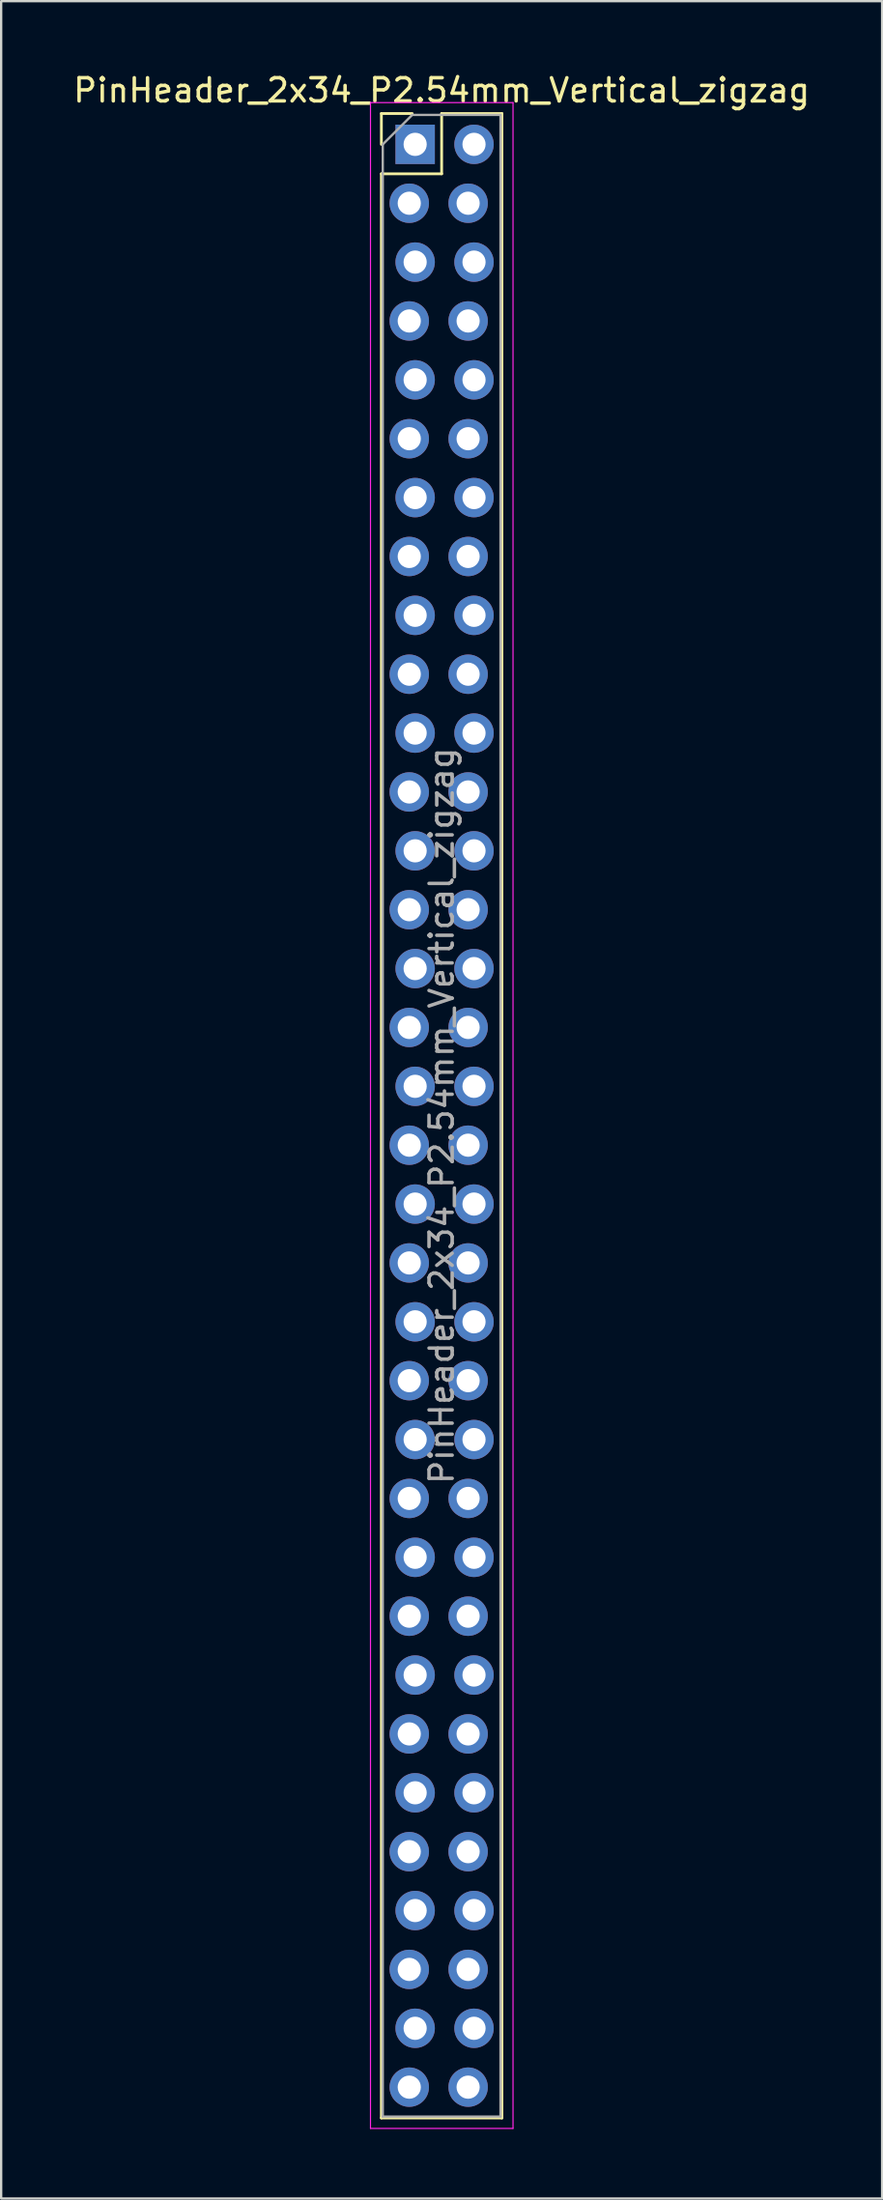
<source format=kicad_pcb>
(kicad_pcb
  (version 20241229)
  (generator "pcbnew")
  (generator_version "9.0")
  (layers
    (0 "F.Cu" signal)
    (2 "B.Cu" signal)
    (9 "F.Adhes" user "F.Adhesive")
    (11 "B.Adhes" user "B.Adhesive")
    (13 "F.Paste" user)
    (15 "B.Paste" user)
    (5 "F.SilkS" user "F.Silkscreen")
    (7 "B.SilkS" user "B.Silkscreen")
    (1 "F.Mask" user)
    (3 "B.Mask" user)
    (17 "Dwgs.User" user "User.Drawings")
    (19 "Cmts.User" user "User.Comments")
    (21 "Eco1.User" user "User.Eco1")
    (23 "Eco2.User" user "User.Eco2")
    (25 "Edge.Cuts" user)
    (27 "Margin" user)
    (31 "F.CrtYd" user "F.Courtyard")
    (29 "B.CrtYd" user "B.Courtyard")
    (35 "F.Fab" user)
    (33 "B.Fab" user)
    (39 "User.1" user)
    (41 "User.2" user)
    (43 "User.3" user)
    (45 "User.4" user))
  (footprint "PinHeader_2x34_P2.54mm_Vertical_zigzag"
    (layer "F.Cu")
    (at 14.736 3.178)
    (property "Reference" "PinHeader_2x34_P2.54mm_Vertical_zigzag" (at 1.27 -2.33 0) (layer "F.SilkS") (effects (font (size 1 1) (thickness 0.15))))
    (attr through_hole)
    (fp_line (start -1.33 -1.33) (end 0 -1.33) (stroke (width 0.12) (type solid)) (layer "F.SilkS"))
    (fp_line (start -1.33 0) (end -1.33 -1.33) (stroke (width 0.12) (type solid)) (layer "F.SilkS"))
    (fp_line (start -1.33 1.27) (end -1.33 85.15) (stroke (width 0.12) (type solid)) (layer "F.SilkS"))
    (fp_line (start -1.33 1.27) (end 1.27 1.27) (stroke (width 0.12) (type solid)) (layer "F.SilkS"))
    (fp_line (start -1.33 85.15) (end 3.87 85.15) (stroke (width 0.12) (type solid)) (layer "F.SilkS"))
    (fp_line (start 1.27 -1.33) (end 3.87 -1.33) (stroke (width 0.12) (type solid)) (layer "F.SilkS"))
    (fp_line (start 1.27 1.27) (end 1.27 -1.33) (stroke (width 0.12) (type solid)) (layer "F.SilkS"))
    (fp_line (start 3.87 -1.33) (end 3.87 85.15) (stroke (width 0.12) (type solid)) (layer "F.SilkS"))
    (fp_line (start -1.8 -1.8) (end -1.8 85.6) (stroke (width 0.05) (type solid)) (layer "F.CrtYd"))
    (fp_line (start -1.8 85.6) (end 4.35 85.6) (stroke (width 0.05) (type solid)) (layer "F.CrtYd"))
    (fp_line (start 4.35 -1.8) (end -1.8 -1.8) (stroke (width 0.05) (type solid)) (layer "F.CrtYd"))
    (fp_line (start 4.35 85.6) (end 4.35 -1.8) (stroke (width 0.05) (type solid)) (layer "F.CrtYd"))
    (fp_line (start -1.27 0) (end 0 -1.27) (stroke (width 0.1) (type solid)) (layer "F.Fab"))
    (fp_line (start -1.27 85.09) (end -1.27 0) (stroke (width 0.1) (type solid)) (layer "F.Fab"))
    (fp_line (start 0 -1.27) (end 3.81 -1.27) (stroke (width 0.1) (type solid)) (layer "F.Fab"))
    (fp_line (start 3.81 -1.27) (end 3.81 85.09) (stroke (width 0.1) (type solid)) (layer "F.Fab"))
    (fp_line (start 3.81 85.09) (end -1.27 85.09) (stroke (width 0.1) (type solid)) (layer "F.Fab"))
    (fp_text user "${REFERENCE}" (at 1.27 41.91 90) (layer "F.Fab") (effects (font (size 1 1) (thickness 0.15))))
    (pad "1" thru_hole rect (at 0.127 0) (size 1.7 1.7) (drill 1) (layers "*.Cu" "*.Mask"))
    (pad "2" thru_hole oval (at 2.667 0) (size 1.7 1.7) (drill 1) (layers "*.Cu" "*.Mask"))
    (pad "3" thru_hole oval (at -0.127 2.54) (size 1.7 1.7) (drill 1) (layers "*.Cu" "*.Mask"))
    (pad "4" thru_hole oval (at 2.413 2.54) (size 1.7 1.7) (drill 1) (layers "*.Cu" "*.Mask"))
    (pad "5" thru_hole oval (at 0.127 5.08) (size 1.7 1.7) (drill 1) (layers "*.Cu" "*.Mask"))
    (pad "6" thru_hole oval (at 2.667 5.08) (size 1.7 1.7) (drill 1) (layers "*.Cu" "*.Mask"))
    (pad "7" thru_hole oval (at -0.127 7.62) (size 1.7 1.7) (drill 1) (layers "*.Cu" "*.Mask"))
    (pad "8" thru_hole oval (at 2.413 7.62) (size 1.7 1.7) (drill 1) (layers "*.Cu" "*.Mask"))
    (pad "9" thru_hole oval (at 0.127 10.16) (size 1.7 1.7) (drill 1) (layers "*.Cu" "*.Mask"))
    (pad "10" thru_hole oval (at 2.667 10.16) (size 1.7 1.7) (drill 1) (layers "*.Cu" "*.Mask"))
    (pad "11" thru_hole oval (at -0.127 12.7) (size 1.7 1.7) (drill 1) (layers "*.Cu" "*.Mask"))
    (pad "12" thru_hole oval (at 2.413 12.7) (size 1.7 1.7) (drill 1) (layers "*.Cu" "*.Mask"))
    (pad "13" thru_hole oval (at 0.127 15.24) (size 1.7 1.7) (drill 1) (layers "*.Cu" "*.Mask"))
    (pad "14" thru_hole oval (at 2.667 15.24) (size 1.7 1.7) (drill 1) (layers "*.Cu" "*.Mask"))
    (pad "15" thru_hole oval (at -0.127 17.78) (size 1.7 1.7) (drill 1) (layers "*.Cu" "*.Mask"))
    (pad "16" thru_hole oval (at 2.413 17.78) (size 1.7 1.7) (drill 1) (layers "*.Cu" "*.Mask"))
    (pad "17" thru_hole oval (at 0.127 20.32) (size 1.7 1.7) (drill 1) (layers "*.Cu" "*.Mask"))
    (pad "18" thru_hole oval (at 2.667 20.32) (size 1.7 1.7) (drill 1) (layers "*.Cu" "*.Mask"))
    (pad "19" thru_hole oval (at -0.127 22.86) (size 1.7 1.7) (drill 1) (layers "*.Cu" "*.Mask"))
    (pad "20" thru_hole oval (at 2.413 22.86) (size 1.7 1.7) (drill 1) (layers "*.Cu" "*.Mask"))
    (pad "21" thru_hole oval (at 0.127 25.4) (size 1.7 1.7) (drill 1) (layers "*.Cu" "*.Mask"))
    (pad "22" thru_hole oval (at 2.667 25.4) (size 1.7 1.7) (drill 1) (layers "*.Cu" "*.Mask"))
    (pad "23" thru_hole oval (at -0.127 27.94) (size 1.7 1.7) (drill 1) (layers "*.Cu" "*.Mask"))
    (pad "24" thru_hole oval (at 2.413 27.94) (size 1.7 1.7) (drill 1) (layers "*.Cu" "*.Mask"))
    (pad "25" thru_hole oval (at 0.127 30.48) (size 1.7 1.7) (drill 1) (layers "*.Cu" "*.Mask"))
    (pad "26" thru_hole oval (at 2.667 30.48) (size 1.7 1.7) (drill 1) (layers "*.Cu" "*.Mask"))
    (pad "27" thru_hole oval (at -0.127 33.02) (size 1.7 1.7) (drill 1) (layers "*.Cu" "*.Mask"))
    (pad "28" thru_hole oval (at 2.413 33.02) (size 1.7 1.7) (drill 1) (layers "*.Cu" "*.Mask"))
    (pad "29" thru_hole oval (at 0.127 35.56) (size 1.7 1.7) (drill 1) (layers "*.Cu" "*.Mask"))
    (pad "30" thru_hole oval (at 2.667 35.56) (size 1.7 1.7) (drill 1) (layers "*.Cu" "*.Mask"))
    (pad "31" thru_hole oval (at -0.127 38.1) (size 1.7 1.7) (drill 1) (layers "*.Cu" "*.Mask"))
    (pad "32" thru_hole oval (at 2.413 38.1) (size 1.7 1.7) (drill 1) (layers "*.Cu" "*.Mask"))
    (pad "33" thru_hole oval (at 0.127 40.64) (size 1.7 1.7) (drill 1) (layers "*.Cu" "*.Mask"))
    (pad "34" thru_hole oval (at 2.667 40.64) (size 1.7 1.7) (drill 1) (layers "*.Cu" "*.Mask"))
    (pad "35" thru_hole oval (at -0.127 43.18) (size 1.7 1.7) (drill 1) (layers "*.Cu" "*.Mask"))
    (pad "36" thru_hole oval (at 2.413 43.18) (size 1.7 1.7) (drill 1) (layers "*.Cu" "*.Mask"))
    (pad "37" thru_hole oval (at 0.127 45.72) (size 1.7 1.7) (drill 1) (layers "*.Cu" "*.Mask"))
    (pad "38" thru_hole oval (at 2.667 45.72) (size 1.7 1.7) (drill 1) (layers "*.Cu" "*.Mask"))
    (pad "39" thru_hole oval (at -0.127 48.26) (size 1.7 1.7) (drill 1) (layers "*.Cu" "*.Mask"))
    (pad "40" thru_hole oval (at 2.413 48.26) (size 1.7 1.7) (drill 1) (layers "*.Cu" "*.Mask"))
    (pad "41" thru_hole oval (at 0.127 50.8) (size 1.7 1.7) (drill 1) (layers "*.Cu" "*.Mask"))
    (pad "42" thru_hole oval (at 2.667 50.8) (size 1.7 1.7) (drill 1) (layers "*.Cu" "*.Mask"))
    (pad "43" thru_hole oval (at -0.127 53.34) (size 1.7 1.7) (drill 1) (layers "*.Cu" "*.Mask"))
    (pad "44" thru_hole oval (at 2.413 53.34) (size 1.7 1.7) (drill 1) (layers "*.Cu" "*.Mask"))
    (pad "45" thru_hole oval (at 0.127 55.88) (size 1.7 1.7) (drill 1) (layers "*.Cu" "*.Mask"))
    (pad "46" thru_hole oval (at 2.667 55.88) (size 1.7 1.7) (drill 1) (layers "*.Cu" "*.Mask"))
    (pad "47" thru_hole oval (at -0.127 58.42) (size 1.7 1.7) (drill 1) (layers "*.Cu" "*.Mask"))
    (pad "48" thru_hole oval (at 2.413 58.42) (size 1.7 1.7) (drill 1) (layers "*.Cu" "*.Mask"))
    (pad "49" thru_hole oval (at 0.127 60.96) (size 1.7 1.7) (drill 1) (layers "*.Cu" "*.Mask"))
    (pad "50" thru_hole oval (at 2.667 60.96) (size 1.7 1.7) (drill 1) (layers "*.Cu" "*.Mask"))
    (pad "51" thru_hole oval (at -0.127 63.5) (size 1.7 1.7) (drill 1) (layers "*.Cu" "*.Mask"))
    (pad "52" thru_hole oval (at 2.413 63.5) (size 1.7 1.7) (drill 1) (layers "*.Cu" "*.Mask"))
    (pad "53" thru_hole oval (at 0.127 66.04) (size 1.7 1.7) (drill 1) (layers "*.Cu" "*.Mask"))
    (pad "54" thru_hole oval (at 2.667 66.04) (size 1.7 1.7) (drill 1) (layers "*.Cu" "*.Mask"))
    (pad "55" thru_hole oval (at -0.127 68.58) (size 1.7 1.7) (drill 1) (layers "*.Cu" "*.Mask"))
    (pad "56" thru_hole oval (at 2.413 68.58) (size 1.7 1.7) (drill 1) (layers "*.Cu" "*.Mask"))
    (pad "57" thru_hole oval (at 0.127 71.12) (size 1.7 1.7) (drill 1) (layers "*.Cu" "*.Mask"))
    (pad "58" thru_hole oval (at 2.667 71.12) (size 1.7 1.7) (drill 1) (layers "*.Cu" "*.Mask"))
    (pad "59" thru_hole oval (at -0.127 73.66) (size 1.7 1.7) (drill 1) (layers "*.Cu" "*.Mask"))
    (pad "60" thru_hole oval (at 2.413 73.66) (size 1.7 1.7) (drill 1) (layers "*.Cu" "*.Mask"))
    (pad "61" thru_hole oval (at 0.127 76.2) (size 1.7 1.7) (drill 1) (layers "*.Cu" "*.Mask"))
    (pad "62" thru_hole oval (at 2.667 76.2) (size 1.7 1.7) (drill 1) (layers "*.Cu" "*.Mask"))
    (pad "63" thru_hole oval (at -0.127 78.74) (size 1.7 1.7) (drill 1) (layers "*.Cu" "*.Mask"))
    (pad "64" thru_hole oval (at 2.413 78.74) (size 1.7 1.7) (drill 1) (layers "*.Cu" "*.Mask"))
    (pad "65" thru_hole oval (at 0.127 81.28) (size 1.7 1.7) (drill 1) (layers "*.Cu" "*.Mask"))
    (pad "66" thru_hole oval (at 2.667 81.28) (size 1.7 1.7) (drill 1) (layers "*.Cu" "*.Mask"))
    (pad "67" thru_hole oval (at -0.127 83.82) (size 1.7 1.7) (drill 1) (layers "*.Cu" "*.Mask"))
    (pad "68" thru_hole oval (at 2.413 83.82) (size 1.7 1.7) (drill 1) (layers "*.Cu" "*.Mask")))
  (gr_rect
    (start -3 -3)
    (end 35.012 91.803)
    (stroke (width 0.1) (type default))
    (fill no)
    (layer "Edge.Cuts")))
</source>
